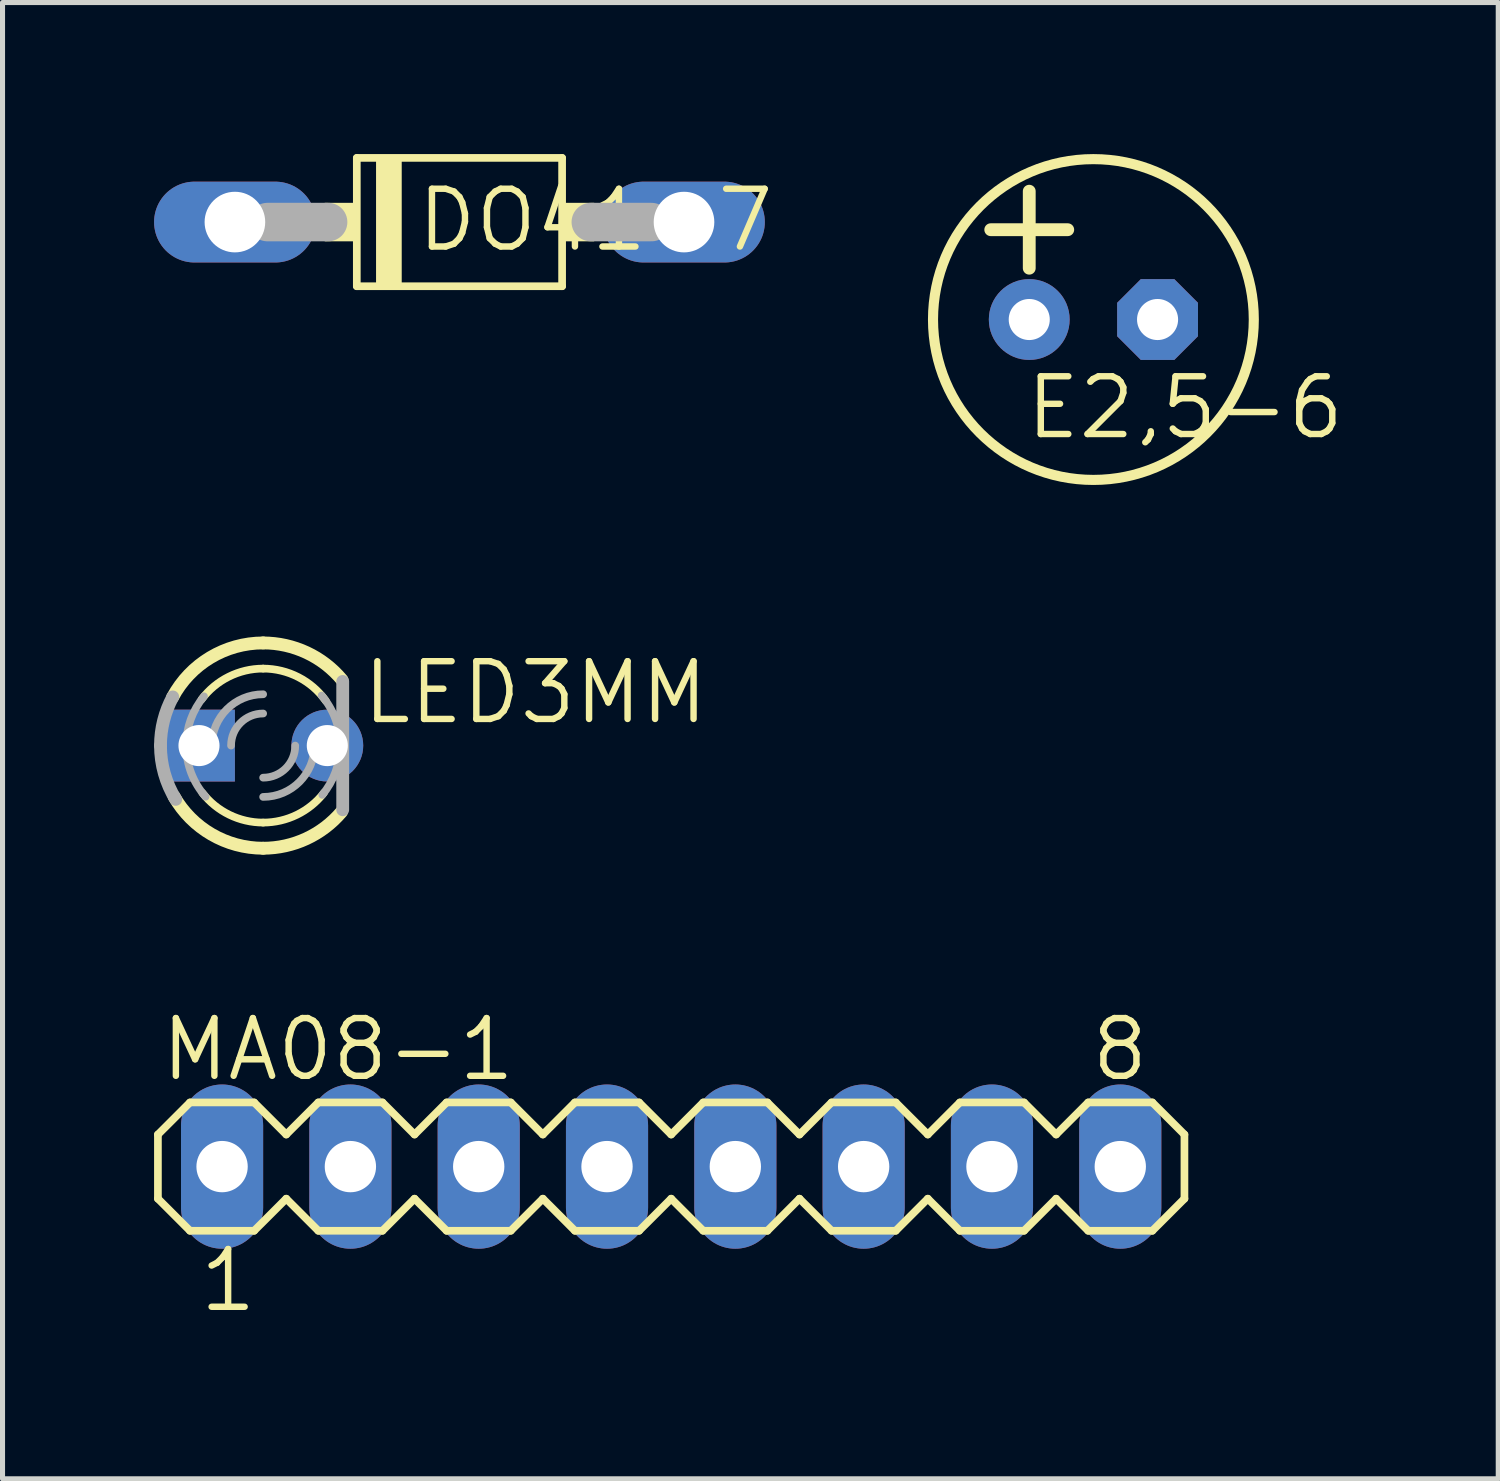
<source format=kicad_pcb>
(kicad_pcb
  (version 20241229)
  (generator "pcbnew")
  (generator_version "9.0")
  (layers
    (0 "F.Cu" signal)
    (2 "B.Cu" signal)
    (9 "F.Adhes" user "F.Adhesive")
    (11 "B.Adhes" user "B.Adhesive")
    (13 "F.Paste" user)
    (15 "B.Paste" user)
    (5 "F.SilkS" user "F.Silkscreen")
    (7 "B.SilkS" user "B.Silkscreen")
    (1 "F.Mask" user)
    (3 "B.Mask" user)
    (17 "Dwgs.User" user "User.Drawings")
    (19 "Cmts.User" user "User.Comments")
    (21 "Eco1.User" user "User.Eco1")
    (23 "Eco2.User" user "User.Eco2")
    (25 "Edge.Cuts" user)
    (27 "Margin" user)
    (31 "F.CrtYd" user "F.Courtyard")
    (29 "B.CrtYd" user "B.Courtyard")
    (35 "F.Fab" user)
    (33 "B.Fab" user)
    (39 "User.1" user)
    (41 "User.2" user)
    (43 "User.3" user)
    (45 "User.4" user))
  (footprint "LED3MM"
    (layer "F.Cu")
    (at 2.159 11.709)
    (property "Reference" "LED3MM" (at 1.905 -0.381 0) (layer "F.SilkS") (effects (font (size 1.143 1.143) (thickness 0.127)) (justify left bottom)))
    (fp_arc (start -1.7929 -0.9562) (mid -1.045438 -1.7424) (end 0 -2.032) (stroke (width 0.254) (type solid)) (layer "F.SilkS"))
    (fp_arc (start -1.2192 -0.9144) (mid -0.681554 -1.363107) (end 0 -1.524) (stroke (width 0.1524) (type solid)) (layer "F.SilkS"))
    (fp_arc (start 0 -2.032) (mid 0.861864 -1.840173) (end 1.561 -1.3009) (stroke (width 0.254) (type solid)) (layer "F.SilkS"))
    (fp_arc (start 0 -1.524) (mid 0.697339 -1.355082) (end 1.2401 -0.885801) (stroke (width 0.1524) (type solid)) (layer "F.SilkS"))
    (fp_arc (start 0 1.524) (mid -0.669593 1.369018) (end -1.203 0.9356) (stroke (width 0.1524) (type solid)) (layer "F.SilkS"))
    (fp_arc (start 0 2.032) (mid -1.019924 1.757525) (end -1.7643 1.0082) (stroke (width 0.254) (type solid)) (layer "F.SilkS"))
    (fp_arc (start 1.203 0.9356) (mid 0.669593 1.369018) (end 0 1.524) (stroke (width 0.1524) (type solid)) (layer "F.SilkS"))
    (fp_arc (start 1.5512 1.3126) (mid 0.854953 1.843405) (end 0 2.032) (stroke (width 0.254) (type solid)) (layer "F.SilkS"))
    (fp_line (start 1.575 1.27) (end 1.575 -1.27) (stroke (width 0.254) (type solid)) (layer "F.Fab"))
    (fp_arc (start -2.032 0) (mid -1.970339 -0.496775) (end -1.7891 -0.9634) (stroke (width 0.254) (type solid)) (layer "F.Fab"))
    (fp_arc (start -1.7306 1.065) (mid -1.95521 0.553417) (end -2.032 0) (stroke (width 0.254) (type solid)) (layer "F.Fab"))
    (fp_arc (start -1.524 0) (mid -1.432981 -0.518783) (end -1.1708 -0.9756) (stroke (width 0.1524) (type solid)) (layer "F.Fab"))
    (fp_arc (start -1.1391 1.0125) (mid -1.42454 0.5416) (end -1.524 0) (stroke (width 0.1524) (type solid)) (layer "F.Fab"))
    (fp_arc (start -1.016 0) (mid -0.71842 -0.71842) (end 0 -1.016) (stroke (width 0.1524) (type solid)) (layer "F.Fab"))
    (fp_arc (start -0.635 0) (mid -0.449013 -0.449013) (end 0 -0.635) (stroke (width 0.1524) (type solid)) (layer "F.Fab"))
    (fp_arc (start 0.635 0) (mid 0.449013 0.449013) (end 0 0.635) (stroke (width 0.1524) (type solid)) (layer "F.Fab"))
    (fp_arc (start 1.016 0) (mid 0.71842 0.71842) (end 0 1.016) (stroke (width 0.1524) (type solid)) (layer "F.Fab"))
    (fp_arc (start 1.1571 -0.9918) (mid 1.429332 -0.528744) (end 1.524 0) (stroke (width 0.1524) (type solid)) (layer "F.Fab"))
    (fp_arc (start 1.524 0) (mid 1.432981 0.518783) (end 1.1708 0.9756) (stroke (width 0.1524) (type solid)) (layer "F.Fab"))
    (pad "A" thru_hole rect (at -1.27 0) (size 1.422 1.422) (drill 0.813) (layers "*.Cu" "*.Mask"))
    (pad "K" thru_hole circle (at 1.27 0) (size 1.422 1.422) (drill 0.813) (layers "*.Cu" "*.Mask")))
  (footprint "DO41-7"
    (layer "F.Cu")
    (at 6.045 1.346)
    (property "Reference" "DO41-7" (at -0.9 0.63 0) (layer "F.SilkS") (effects (font (size 1.143 1.143) (thickness 0.127)) (justify left bottom)))
    (fp_line (start -2.032 -1.27) (end -2.032 1.27) (stroke (width 0.152) (type solid)) (layer "F.SilkS"))
    (fp_line (start -2.032 -1.27) (end 2.032 -1.27) (stroke (width 0.152) (type solid)) (layer "F.SilkS"))
    (fp_line (start 2.032 1.27) (end -2.032 1.27) (stroke (width 0.152) (type solid)) (layer "F.SilkS"))
    (fp_line (start 2.032 1.27) (end 2.032 -1.27) (stroke (width 0.152) (type solid)) (layer "F.SilkS"))
    (fp_poly (pts (xy -2.667 0.381) (xy -2.032 0.381) (xy -2.032 -0.381) (xy -2.667 -0.381)) (stroke (width 0) (type solid)) (fill yes) (layer "F.SilkS"))
    (fp_poly (pts (xy -1.651 1.27) (xy -1.143 1.27) (xy -1.143 -1.27) (xy -1.651 -1.27)) (stroke (width 0) (type solid)) (fill yes) (layer "F.SilkS"))
    (fp_poly (pts (xy 2.032 0.381) (xy 2.667 0.381) (xy 2.667 -0.381) (xy 2.032 -0.381)) (stroke (width 0) (type solid)) (fill yes) (layer "F.SilkS"))
    (fp_line (start -3.8 0) (end -2.6 0) (stroke (width 0.762) (type solid)) (layer "F.Fab"))
    (fp_line (start 3.8 0) (end 2.6 0) (stroke (width 0.762) (type solid)) (layer "F.Fab"))
    (pad "A" thru_hole oval (at 4.445 0) (size 3.2 1.6) (drill 1.2) (layers "*.Cu" "*.Mask"))
    (pad "C" thru_hole oval (at -4.445 0) (size 3.2 1.6) (drill 1.2) (layers "*.Cu" "*.Mask")))
  (footprint "MA08-1"
    (layer "F.Cu")
    (at 10.236 20.043)
    (property "Reference" "MA08-1" (at -10.16 -1.651 0) (layer "F.SilkS") (effects (font (size 1.143 1.143) (thickness 0.127)) (justify left bottom)))
    (fp_line (start -10.16 -0.635) (end -10.16 0.635) (stroke (width 0.152) (type solid)) (layer "F.SilkS"))
    (fp_line (start -10.16 0.635) (end -9.525 1.27) (stroke (width 0.152) (type solid)) (layer "F.SilkS"))
    (fp_line (start -9.525 -1.27) (end -10.16 -0.635) (stroke (width 0.152) (type solid)) (layer "F.SilkS"))
    (fp_line (start -9.525 -1.27) (end -8.255 -1.27) (stroke (width 0.152) (type solid)) (layer "F.SilkS"))
    (fp_line (start -8.255 -1.27) (end -7.62 -0.635) (stroke (width 0.152) (type solid)) (layer "F.SilkS"))
    (fp_line (start -8.255 1.27) (end -9.525 1.27) (stroke (width 0.152) (type solid)) (layer "F.SilkS"))
    (fp_line (start -7.62 -0.635) (end -6.985 -1.27) (stroke (width 0.152) (type solid)) (layer "F.SilkS"))
    (fp_line (start -7.62 0.635) (end -8.255 1.27) (stroke (width 0.152) (type solid)) (layer "F.SilkS"))
    (fp_line (start -6.985 -1.27) (end -5.715 -1.27) (stroke (width 0.152) (type solid)) (layer "F.SilkS"))
    (fp_line (start -6.985 1.27) (end -7.62 0.635) (stroke (width 0.152) (type solid)) (layer "F.SilkS"))
    (fp_line (start -5.715 -1.27) (end -5.08 -0.635) (stroke (width 0.152) (type solid)) (layer "F.SilkS"))
    (fp_line (start -5.715 1.27) (end -6.985 1.27) (stroke (width 0.152) (type solid)) (layer "F.SilkS"))
    (fp_line (start -5.08 -0.635) (end -4.445 -1.27) (stroke (width 0.152) (type solid)) (layer "F.SilkS"))
    (fp_line (start -5.08 0.635) (end -5.715 1.27) (stroke (width 0.152) (type solid)) (layer "F.SilkS"))
    (fp_line (start -4.445 -1.27) (end -3.175 -1.27) (stroke (width 0.152) (type solid)) (layer "F.SilkS"))
    (fp_line (start -4.445 1.27) (end -5.08 0.635) (stroke (width 0.152) (type solid)) (layer "F.SilkS"))
    (fp_line (start -3.175 -1.27) (end -2.54 -0.635) (stroke (width 0.152) (type solid)) (layer "F.SilkS"))
    (fp_line (start -3.175 1.27) (end -4.445 1.27) (stroke (width 0.152) (type solid)) (layer "F.SilkS"))
    (fp_line (start -2.54 0.635) (end -3.175 1.27) (stroke (width 0.152) (type solid)) (layer "F.SilkS"))
    (fp_line (start -2.54 0.635) (end -1.905 1.27) (stroke (width 0.152) (type solid)) (layer "F.SilkS"))
    (fp_line (start -1.905 -1.27) (end -2.54 -0.635) (stroke (width 0.152) (type solid)) (layer "F.SilkS"))
    (fp_line (start -1.905 -1.27) (end -0.635 -1.27) (stroke (width 0.152) (type solid)) (layer "F.SilkS"))
    (fp_line (start -0.635 -1.27) (end 0 -0.635) (stroke (width 0.152) (type solid)) (layer "F.SilkS"))
    (fp_line (start -0.635 1.27) (end -1.905 1.27) (stroke (width 0.152) (type solid)) (layer "F.SilkS"))
    (fp_line (start 0 0.635) (end -0.635 1.27) (stroke (width 0.152) (type solid)) (layer "F.SilkS"))
    (fp_line (start 0 0.635) (end 0.635 1.27) (stroke (width 0.152) (type solid)) (layer "F.SilkS"))
    (fp_line (start 0.635 -1.27) (end 0 -0.635) (stroke (width 0.152) (type solid)) (layer "F.SilkS"))
    (fp_line (start 0.635 -1.27) (end 1.905 -1.27) (stroke (width 0.152) (type solid)) (layer "F.SilkS"))
    (fp_line (start 1.905 -1.27) (end 2.54 -0.635) (stroke (width 0.152) (type solid)) (layer "F.SilkS"))
    (fp_line (start 1.905 1.27) (end 0.635 1.27) (stroke (width 0.152) (type solid)) (layer "F.SilkS"))
    (fp_line (start 2.54 -0.635) (end 3.175 -1.27) (stroke (width 0.152) (type solid)) (layer "F.SilkS"))
    (fp_line (start 2.54 0.635) (end 1.905 1.27) (stroke (width 0.152) (type solid)) (layer "F.SilkS"))
    (fp_line (start 3.175 -1.27) (end 4.445 -1.27) (stroke (width 0.152) (type solid)) (layer "F.SilkS"))
    (fp_line (start 3.175 1.27) (end 2.54 0.635) (stroke (width 0.152) (type solid)) (layer "F.SilkS"))
    (fp_line (start 4.445 -1.27) (end 5.08 -0.635) (stroke (width 0.152) (type solid)) (layer "F.SilkS"))
    (fp_line (start 4.445 1.27) (end 3.175 1.27) (stroke (width 0.152) (type solid)) (layer "F.SilkS"))
    (fp_line (start 5.08 -0.635) (end 5.715 -1.27) (stroke (width 0.152) (type solid)) (layer "F.SilkS"))
    (fp_line (start 5.08 0.635) (end 4.445 1.27) (stroke (width 0.152) (type solid)) (layer "F.SilkS"))
    (fp_line (start 5.715 -1.27) (end 6.985 -1.27) (stroke (width 0.152) (type solid)) (layer "F.SilkS"))
    (fp_line (start 5.715 1.27) (end 5.08 0.635) (stroke (width 0.152) (type solid)) (layer "F.SilkS"))
    (fp_line (start 6.985 -1.27) (end 7.62 -0.635) (stroke (width 0.152) (type solid)) (layer "F.SilkS"))
    (fp_line (start 6.985 1.27) (end 5.715 1.27) (stroke (width 0.152) (type solid)) (layer "F.SilkS"))
    (fp_line (start 7.62 0.635) (end 6.985 1.27) (stroke (width 0.152) (type solid)) (layer "F.SilkS"))
    (fp_line (start 7.62 0.635) (end 8.255 1.27) (stroke (width 0.152) (type solid)) (layer "F.SilkS"))
    (fp_line (start 8.255 -1.27) (end 7.62 -0.635) (stroke (width 0.152) (type solid)) (layer "F.SilkS"))
    (fp_line (start 8.255 -1.27) (end 9.525 -1.27) (stroke (width 0.152) (type solid)) (layer "F.SilkS"))
    (fp_line (start 9.525 -1.27) (end 10.16 -0.635) (stroke (width 0.152) (type solid)) (layer "F.SilkS"))
    (fp_line (start 9.525 1.27) (end 8.255 1.27) (stroke (width 0.152) (type solid)) (layer "F.SilkS"))
    (fp_line (start 10.16 -0.635) (end 10.16 0.635) (stroke (width 0.152) (type solid)) (layer "F.SilkS"))
    (fp_line (start 10.16 0.635) (end 9.525 1.27) (stroke (width 0.152) (type solid)) (layer "F.SilkS"))
    (fp_poly (pts (xy -9.144 0.254) (xy -8.636 0.254) (xy -8.636 -0.254) (xy -9.144 -0.254)) (stroke (width 0.1) (type solid)) (fill no) (layer "F.Fab"))
    (fp_poly (pts (xy -6.604 0.254) (xy -6.096 0.254) (xy -6.096 -0.254) (xy -6.604 -0.254)) (stroke (width 0.1) (type solid)) (fill no) (layer "F.Fab"))
    (fp_poly (pts (xy -4.064 0.254) (xy -3.556 0.254) (xy -3.556 -0.254) (xy -4.064 -0.254)) (stroke (width 0.1) (type solid)) (fill no) (layer "F.Fab"))
    (fp_poly (pts (xy -1.524 0.254) (xy -1.016 0.254) (xy -1.016 -0.254) (xy -1.524 -0.254)) (stroke (width 0.1) (type solid)) (fill no) (layer "F.Fab"))
    (fp_poly (pts (xy 1.016 0.254) (xy 1.524 0.254) (xy 1.524 -0.254) (xy 1.016 -0.254)) (stroke (width 0.1) (type solid)) (fill no) (layer "F.Fab"))
    (fp_poly (pts (xy 3.556 0.254) (xy 4.064 0.254) (xy 4.064 -0.254) (xy 3.556 -0.254)) (stroke (width 0.1) (type solid)) (fill no) (layer "F.Fab"))
    (fp_poly (pts (xy 6.096 0.254) (xy 6.604 0.254) (xy 6.604 -0.254) (xy 6.096 -0.254)) (stroke (width 0.1) (type solid)) (fill no) (layer "F.Fab"))
    (fp_poly (pts (xy 8.636 0.254) (xy 9.144 0.254) (xy 9.144 -0.254) (xy 8.636 -0.254)) (stroke (width 0.1) (type solid)) (fill no) (layer "F.Fab"))
    (fp_text user "1" (at -9.398 2.921 0) (layer "F.SilkS") (effects (font (size 1.143 1.143) (thickness 0.127)) (justify left bottom)))
    (fp_text user "8" (at 8.255 -1.651 0) (layer "F.SilkS") (effects (font (size 1.143 1.143) (thickness 0.127)) (justify left bottom)))
    (pad "1" thru_hole oval (at -8.89 0 90) (size 3.251 1.626) (drill 1.016) (layers "*.Cu" "*.Mask"))
    (pad "2" thru_hole oval (at -6.35 0 90) (size 3.251 1.626) (drill 1.016) (layers "*.Cu" "*.Mask"))
    (pad "3" thru_hole oval (at -3.81 0 90) (size 3.251 1.626) (drill 1.016) (layers "*.Cu" "*.Mask"))
    (pad "4" thru_hole oval (at -1.27 0 90) (size 3.251 1.626) (drill 1.016) (layers "*.Cu" "*.Mask"))
    (pad "5" thru_hole oval (at 1.27 0 90) (size 3.251 1.626) (drill 1.016) (layers "*.Cu" "*.Mask"))
    (pad "6" thru_hole oval (at 3.81 0 90) (size 3.251 1.626) (drill 1.016) (layers "*.Cu" "*.Mask"))
    (pad "7" thru_hole oval (at 6.35 0 90) (size 3.251 1.626) (drill 1.016) (layers "*.Cu" "*.Mask"))
    (pad "8" thru_hole oval (at 8.89 0 90) (size 3.251 1.626) (drill 1.016) (layers "*.Cu" "*.Mask")))
  (footprint "E2,5-6"
    (layer "F.Cu")
    (at 18.594 3.275)
    (property "Reference" "E2,5-6" (at -1.397 2.413 0) (layer "F.SilkS") (effects (font (size 1.143 1.143) (thickness 0.127)) (justify left bottom)))
    (fp_line (start -2.032 -1.778) (end -1.27 -1.778) (stroke (width 0.254) (type solid)) (layer "F.SilkS"))
    (fp_line (start -1.27 -1.778) (end -1.27 -2.54) (stroke (width 0.254) (type solid)) (layer "F.SilkS"))
    (fp_line (start -1.27 -1.778) (end -0.508 -1.778) (stroke (width 0.254) (type solid)) (layer "F.SilkS"))
    (fp_line (start -1.27 -1.016) (end -1.27 -1.778) (stroke (width 0.254) (type solid)) (layer "F.SilkS"))
    (fp_circle (center 0 0) (end 3.175 0) (stroke (width 0.2) (type solid)) (fill no) (layer "F.SilkS"))
    (pad "+" thru_hole circle (at -1.27 0) (size 1.6 1.6) (drill 0.813) (layers "*.Cu" "*.Mask"))
    (pad "-" thru_hole roundrect (at 1.27 0) (size 1.6 1.6) (drill 0.813) (layers "*.Cu" "*.Mask") (roundrect_rratio 0.25) (chamfer_ratio 0.293) (chamfer top_left top_right bottom_left bottom_right)))
  (gr_rect
    (start -3 -3)
    (end 26.608 26.223)
    (stroke (width 0.1) (type default))
    (fill no)
    (layer "Edge.Cuts")))
</source>
